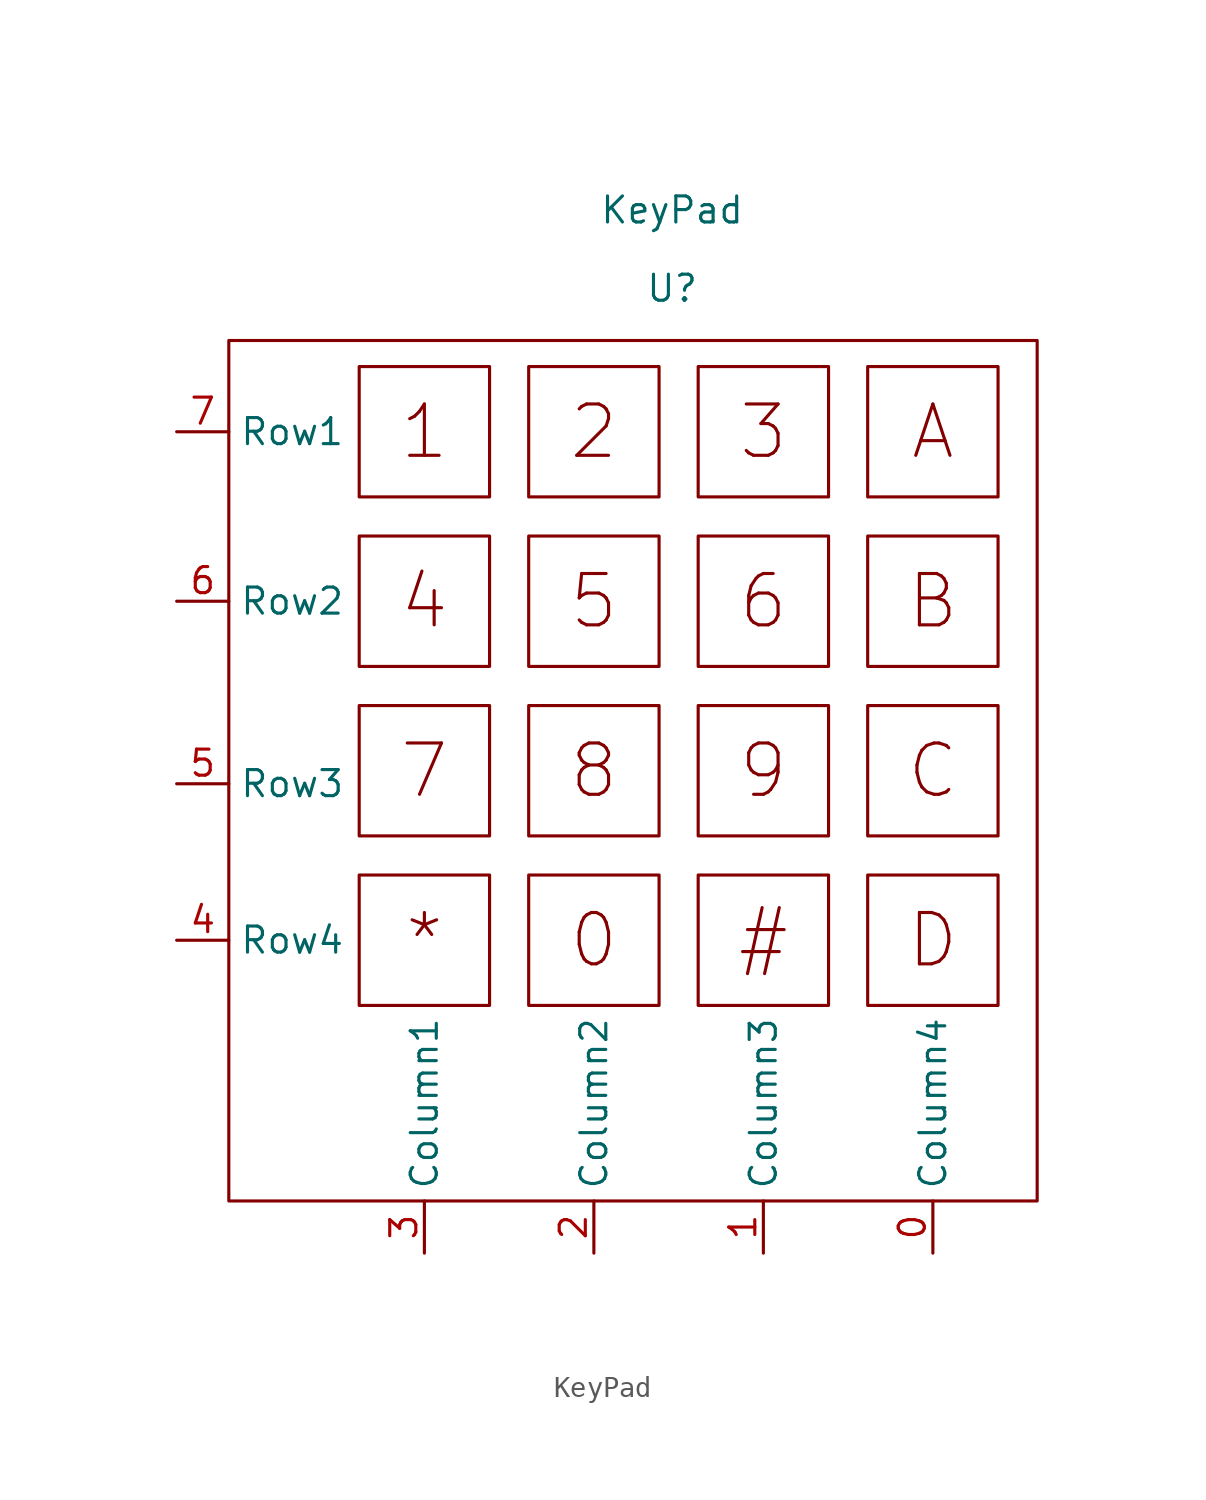
<source format=kicad_sym>
(kicad_symbol_lib
  (version 20211014)
  (generator kicad_symbol_editor)
  (symbol "KeyPad"
    (property "Reference" "U"
      (at 0 19.05 0)
      (effects (font (size 1.27 1.27))))
    (property "Value" "KeyPad"
      (at 0 22.86 0)
      (effects (font (size 1.27 1.27))))
    (symbol "KeyPad_0_0"
      (text "#" (at 4.445 -12.7 0) (effects (font (size 2.5 2.5))))
      (text "*" (at -12.065 -12.7 0) (effects (font (size 2.5 2.5))))
      (text "0" (at -3.81 -12.7 0) (effects (font (size 2.5 2.5))))
      (text "1" (at -12.065 12.065 0) (effects (font (size 2.5 2.5))))
      (text "2" (at -3.81 12.065 0) (effects (font (size 2.5 2.5))))
      (text "3" (at 4.445 12.065 0) (effects (font (size 2.5 2.5))))
      (text "4" (at -12.065 3.81 0) (effects (font (size 2.5 2.5))))
      (text "5" (at -3.81 3.81 0) (effects (font (size 2.5 2.5))))
      (text "6" (at 4.445 3.81 0) (effects (font (size 2.5 2.5))))
      (text "7" (at -12.065 -4.445 0) (effects (font (size 2.5 2.5))))
      (text "8" (at -3.81 -4.445 0) (effects (font (size 2.5 2.5))))
      (text "9" (at 4.445 -4.445 0) (effects (font (size 2.5 2.5))))
      (text "A" (at 12.7 12.065 0) (effects (font (size 2.5 2.5))))
      (text "B" (at 12.7 3.81 0) (effects (font (size 2.5 2.5))))
      (text "C" (at 12.7 -4.445 0) (effects (font (size 2.5 2.5))))
      (text "D" (at 12.7 -12.7 0) (effects (font (size 2.5 2.5)))))
    (symbol "KeyPad_0_1"
      (rectangle (start -21.59 16.51) (end 17.78 -25.4) (stroke (width 0) (type default) (color 0 0 0 0)) (fill (type none)))
      (rectangle (start -15.24 -9.525) (end -8.89 -15.875) (stroke (width 0) (type default) (color 0 0 0 0)) (fill (type none)))
      (rectangle (start -15.24 -1.27) (end -8.89 -7.62) (stroke (width 0) (type default) (color 0 0 0 0)) (fill (type none)))
      (rectangle (start -15.24 6.985) (end -8.89 0.635) (stroke (width 0) (type default) (color 0 0 0 0)) (fill (type none)))
      (rectangle (start -15.24 15.24) (end -8.89 8.89) (stroke (width 0) (type default) (color 0 0 0 0)) (fill (type none)))
      (rectangle (start -6.985 -9.525) (end -0.635 -15.875) (stroke (width 0) (type default) (color 0 0 0 0)) (fill (type none)))
      (rectangle (start -6.985 -1.27) (end -0.635 -7.62) (stroke (width 0) (type default) (color 0 0 0 0)) (fill (type none)))
      (rectangle (start -6.985 6.985) (end -0.635 0.635) (stroke (width 0) (type default) (color 0 0 0 0)) (fill (type none)))
      (rectangle (start -6.985 15.24) (end -0.635 8.89) (stroke (width 0) (type default) (color 0 0 0 0)) (fill (type none)))
      (rectangle (start 1.27 -9.525) (end 7.62 -15.875) (stroke (width 0) (type default) (color 0 0 0 0)) (fill (type none)))
      (rectangle (start 1.27 -1.27) (end 7.62 -7.62) (stroke (width 0) (type default) (color 0 0 0 0)) (fill (type none)))
      (rectangle (start 1.27 6.985) (end 7.62 0.635) (stroke (width 0) (type default) (color 0 0 0 0)) (fill (type none)))
      (rectangle (start 1.27 15.24) (end 7.62 8.89) (stroke (width 0) (type default) (color 0 0 0 0)) (fill (type none)))
      (rectangle (start 9.525 -9.525) (end 15.875 -15.875) (stroke (width 0) (type default) (color 0 0 0 0)) (fill (type none)))
      (rectangle (start 9.525 -1.27) (end 15.875 -7.62) (stroke (width 0) (type default) (color 0 0 0 0)) (fill (type none)))
      (rectangle (start 9.525 6.985) (end 15.875 0.635) (stroke (width 0) (type default) (color 0 0 0 0)) (fill (type none)))
      (rectangle (start 9.525 15.24) (end 15.875 8.89) (stroke (width 0) (type default) (color 0 0 0 0)) (fill (type none))))
    (symbol "KeyPad_1_1"
      (pin output line (at 12.7 -27.94 90) (length 2.54) (name "Column4" (effects (font (size 1.27 1.27)))) (number "0" (effects (font (size 1.27 1.27)))))
      (pin output line (at 4.445 -27.94 90) (length 2.54) (name "Column3" (effects (font (size 1.27 1.27)))) (number "1" (effects (font (size 1.27 1.27)))))
      (pin output line (at -3.81 -27.94 90) (length 2.54) (name "Column2" (effects (font (size 1.27 1.27)))) (number "2" (effects (font (size 1.27 1.27)))))
      (pin output line (at -12.065 -27.94 90) (length 2.54) (name "Column1" (effects (font (size 1.27 1.27)))) (number "3" (effects (font (size 1.27 1.27)))))
      (pin input line (at -24.13 -12.7 0) (length 2.54) (name "Row4" (effects (font (size 1.27 1.27)))) (number "4" (effects (font (size 1.27 1.27)))))
      (pin input line (at -24.13 -5.08 0) (length 2.54) (name "Row3" (effects (font (size 1.27 1.27)))) (number "5" (effects (font (size 1.27 1.27)))))
      (pin input line (at -24.13 3.81 0) (length 2.54) (name "Row2" (effects (font (size 1.27 1.27)))) (number "6" (effects (font (size 1.27 1.27)))))
      (pin input line (at -24.13 12.065 0) (length 2.54) (name "Row1" (effects (font (size 1.27 1.27)))) (number "7" (effects (font (size 1.27 1.27))))))))
</source>
